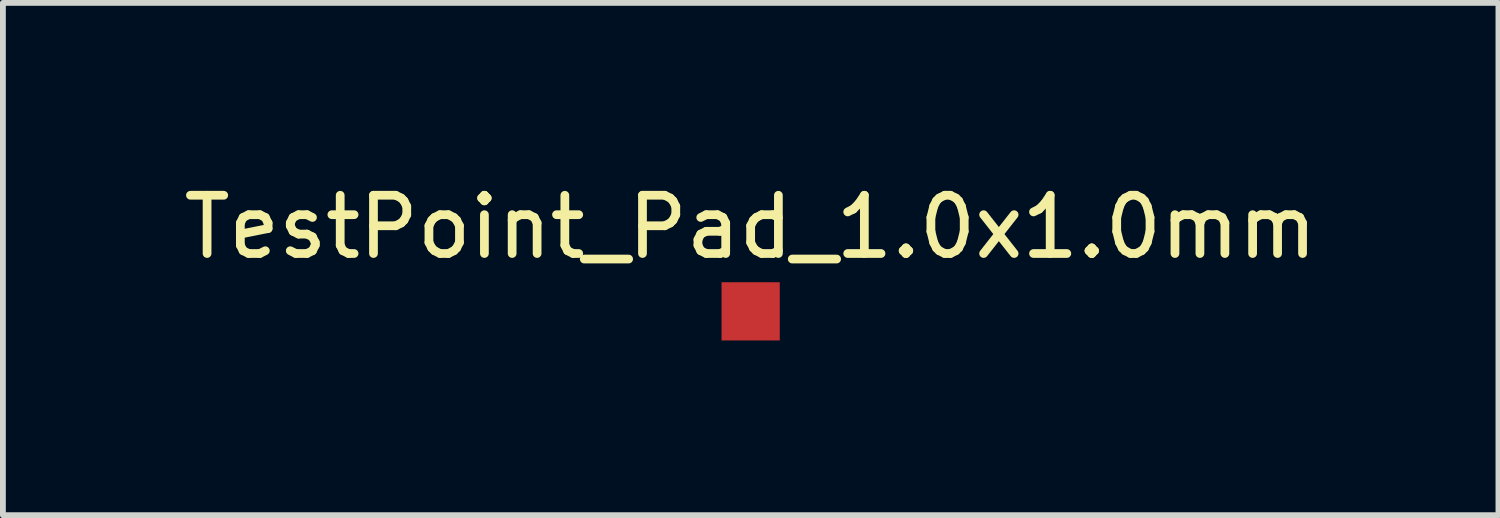
<source format=kicad_pcb>
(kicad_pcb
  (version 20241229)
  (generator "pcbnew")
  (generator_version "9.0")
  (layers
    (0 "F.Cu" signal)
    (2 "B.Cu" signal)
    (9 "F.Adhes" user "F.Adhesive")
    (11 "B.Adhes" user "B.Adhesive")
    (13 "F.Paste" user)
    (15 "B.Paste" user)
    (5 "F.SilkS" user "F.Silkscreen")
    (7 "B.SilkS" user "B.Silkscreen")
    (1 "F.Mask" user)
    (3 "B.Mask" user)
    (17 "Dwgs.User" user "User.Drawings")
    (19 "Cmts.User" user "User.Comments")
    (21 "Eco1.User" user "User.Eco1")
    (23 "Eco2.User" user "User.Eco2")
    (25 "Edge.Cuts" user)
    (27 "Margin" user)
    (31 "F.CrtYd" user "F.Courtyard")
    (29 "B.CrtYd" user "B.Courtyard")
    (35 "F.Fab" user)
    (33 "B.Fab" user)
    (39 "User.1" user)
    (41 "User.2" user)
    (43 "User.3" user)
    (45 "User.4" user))
  (footprint "TestPoint_Pad_1.0x1.0mm"
    (layer "F.Cu")
    (at 9.839 2.296)
    (property "Reference" "TestPoint_Pad_1.0x1.0mm" (at 0 -1.448 0) (layer "F.SilkS") (effects (font (size 1 1) (thickness 0.15))))
    (attr exclude_from_pos_files exclude_from_bom)
    (pad "1" smd rect (at 0 0) (size 1 1) (layers "F.Cu" "F.Mask")))
  (gr_rect
    (start -3 -3)
    (end 22.679 5.796)
    (stroke (width 0.1) (type default))
    (fill no)
    (layer "Edge.Cuts")))
</source>
